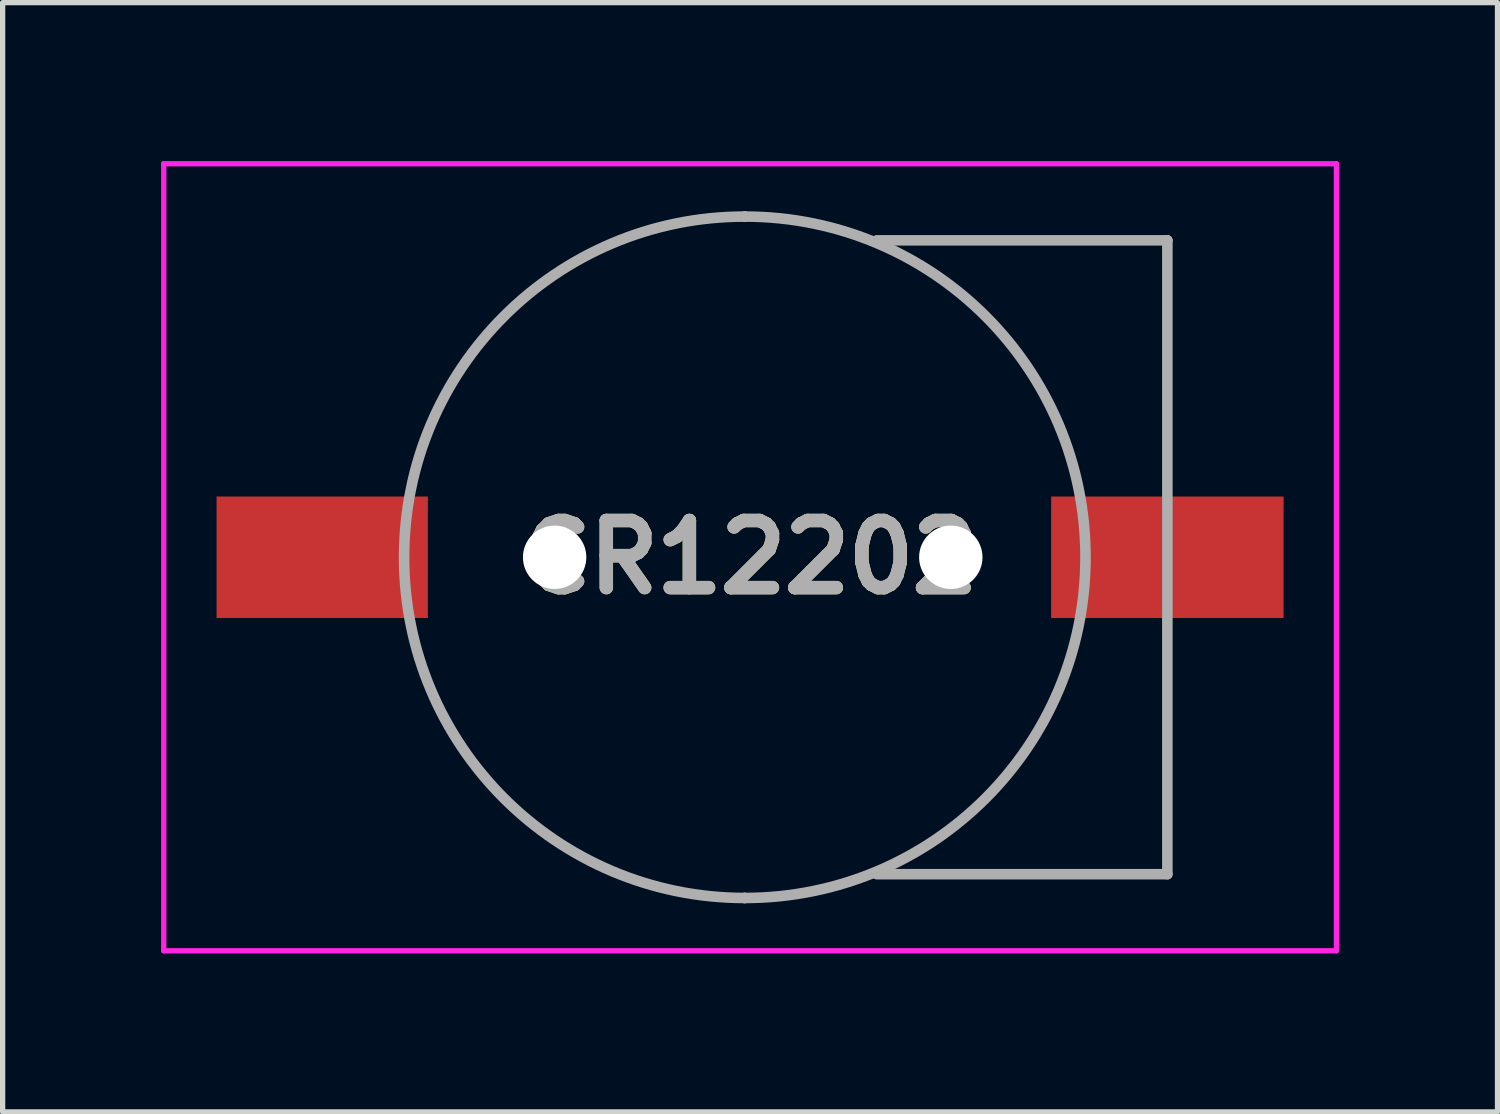
<source format=kicad_pcb>
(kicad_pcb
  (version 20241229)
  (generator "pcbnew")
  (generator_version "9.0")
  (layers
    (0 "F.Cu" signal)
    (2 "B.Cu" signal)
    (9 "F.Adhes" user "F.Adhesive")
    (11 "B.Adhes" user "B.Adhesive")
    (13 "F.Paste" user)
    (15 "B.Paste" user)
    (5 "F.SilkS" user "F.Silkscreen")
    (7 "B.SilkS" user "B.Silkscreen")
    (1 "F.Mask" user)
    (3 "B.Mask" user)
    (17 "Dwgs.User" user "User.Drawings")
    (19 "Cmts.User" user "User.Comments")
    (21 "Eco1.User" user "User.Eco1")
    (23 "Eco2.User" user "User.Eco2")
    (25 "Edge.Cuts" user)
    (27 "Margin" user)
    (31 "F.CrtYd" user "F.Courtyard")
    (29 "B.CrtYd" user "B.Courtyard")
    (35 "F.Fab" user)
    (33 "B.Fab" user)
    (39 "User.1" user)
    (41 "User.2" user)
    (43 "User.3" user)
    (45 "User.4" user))
  (footprint "CR12202"
    (layer "F.Cu")
    (at 11.05 7.5)
    (property "Reference" "CR12202" (at 0.1 0 0) (layer "F.SilkS") (effects (font (size 1.27 1.27) (thickness 0.254))))
    (attr through_hole)
    (fp_line (start 3.5 6) (end 8 6) (stroke (width 0.1) (type solid)) (layer "F.SilkS"))
    (fp_line (start 3.9 -6) (end 8 -6) (stroke (width 0.1) (type solid)) (layer "F.SilkS"))
    (fp_line (start 8 -6) (end 8 -2) (stroke (width 0.1) (type solid)) (layer "F.SilkS"))
    (fp_line (start 8 6) (end 8 2) (stroke (width 0.1) (type solid)) (layer "F.SilkS"))
    (fp_line (start -11 -7.45) (end 11.2 -7.45) (stroke (width 0.1) (type solid)) (layer "F.CrtYd"))
    (fp_line (start -11 7.45) (end -11 -7.45) (stroke (width 0.1) (type solid)) (layer "F.CrtYd"))
    (fp_line (start 11.2 -7.45) (end 11.2 7.45) (stroke (width 0.1) (type solid)) (layer "F.CrtYd"))
    (fp_line (start 11.2 7.45) (end -11 7.45) (stroke (width 0.1) (type solid)) (layer "F.CrtYd"))
    (fp_line (start 0 -6.45) (end 0 -6.45) (stroke (width 0.2) (type solid)) (layer "F.Fab"))
    (fp_line (start 0 6.45) (end 0 6.45) (stroke (width 0.2) (type solid)) (layer "F.Fab"))
    (fp_line (start 2.5 6) (end 8 6) (stroke (width 0.2) (type solid)) (layer "F.Fab"))
    (fp_line (start 8 -6) (end 2.5 -6) (stroke (width 0.2) (type solid)) (layer "F.Fab"))
    (fp_line (start 8 6) (end 8 -6) (stroke (width 0.2) (type solid)) (layer "F.Fab"))
    (fp_arc (start 0 -6.45) (mid 6.45 0) (end 0 6.45) (stroke (width 0.2) (type solid)) (layer "F.Fab"))
    (fp_arc (start 0 6.45) (mid -6.45 0) (end 0 -6.45) (stroke (width 0.2) (type solid)) (layer "F.Fab"))
    (fp_text user "${REFERENCE}" (at 0.1 0 0) (layer "F.Fab") (effects (font (size 1.27 1.27) (thickness 0.254))))
    (pad "" np_thru_hole circle (at -3.6 0) (size 1.2 1.2) (drill 1.2) (layers "*.Cu" "*.Mask"))
    (pad "" np_thru_hole circle (at 3.9 0) (size 1.2 1.2) (drill 1.2) (layers "*.Cu" "*.Mask"))
    (pad "1" smd rect (at -8 0 90) (size 2.3 4) (layers "F.Cu" "F.Mask" "F.Paste"))
    (pad "2" smd rect (at 8 0 90) (size 2.3 4.4) (layers "F.Cu" "F.Mask" "F.Paste")))
  (gr_rect
    (start -3 -3)
    (end 25.3 18)
    (stroke (width 0.1) (type default))
    (fill no)
    (layer "Edge.Cuts")))
</source>
